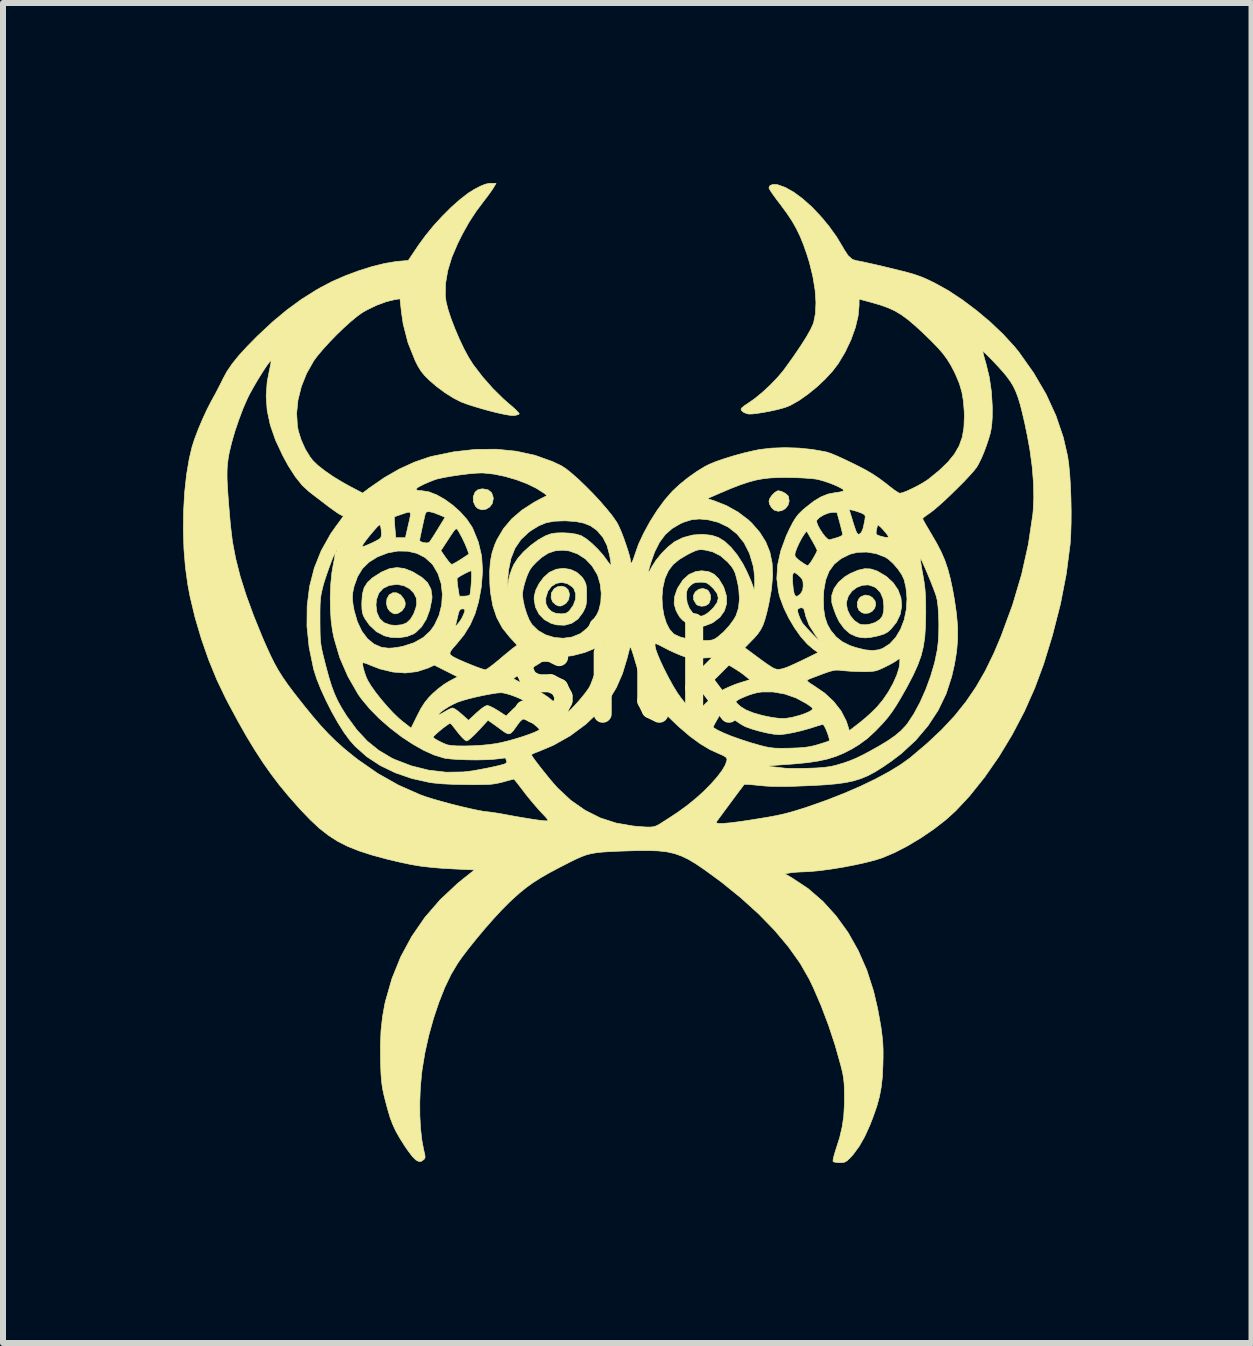
<source format=kicad_pcb>
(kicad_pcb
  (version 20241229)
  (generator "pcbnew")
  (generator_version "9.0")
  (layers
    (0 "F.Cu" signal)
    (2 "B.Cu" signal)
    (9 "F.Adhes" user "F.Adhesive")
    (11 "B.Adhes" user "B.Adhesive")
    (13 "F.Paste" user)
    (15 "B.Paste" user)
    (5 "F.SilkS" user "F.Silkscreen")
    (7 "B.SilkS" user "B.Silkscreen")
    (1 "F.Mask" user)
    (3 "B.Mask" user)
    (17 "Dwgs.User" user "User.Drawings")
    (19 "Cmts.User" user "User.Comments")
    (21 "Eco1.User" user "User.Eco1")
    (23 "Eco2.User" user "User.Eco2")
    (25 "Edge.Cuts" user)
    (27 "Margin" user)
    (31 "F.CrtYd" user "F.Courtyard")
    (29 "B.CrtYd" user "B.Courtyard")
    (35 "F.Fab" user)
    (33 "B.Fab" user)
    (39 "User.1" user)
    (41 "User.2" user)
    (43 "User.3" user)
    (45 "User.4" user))
  (footprint "silk"
    (layer "F.Cu")
    (at 7.392 8.154)
    (property "Reference" "silk" (at 0 0 0) (layer "F.SilkS") (effects (font (size 1.524 1.524) (thickness 0.3))))
    (attr through_hole)
    (fp_poly (pts (xy 1.337 -1.378) (xy 1.365 -1.355) (xy 1.395 -1.293) (xy 1.398 -1.22) (xy 1.373 -1.153) (xy 1.363 -1.141) (xy 1.31 -1.109) (xy 1.243 -1.102) (xy 1.181 -1.12) (xy 1.159 -1.138) (xy 1.116 -1.21) (xy 1.114 -1.283) (xy 1.143 -1.34) (xy 1.201 -1.385) (xy 1.271 -1.398) (xy 1.337 -1.378)) (stroke (width 0.01) (type solid)) (fill yes) (layer "F.SilkS"))
    (fp_poly (pts (xy 4.048 -1.275) (xy 4.093 -1.247) (xy 4.139 -1.191) (xy 4.15 -1.128) (xy 4.132 -1.068) (xy 4.091 -1.019) (xy 4.033 -0.988) (xy 3.962 -0.983) (xy 3.921 -0.995) (xy 3.87 -1.036) (xy 3.844 -1.098) (xy 3.844 -1.168) (xy 3.872 -1.231) (xy 3.902 -1.26) (xy 3.974 -1.289) (xy 4.048 -1.275)) (stroke (width 0.01) (type solid)) (fill yes) (layer "F.SilkS"))
    (fp_poly (pts (xy -2.307 -3.041) (xy -2.25 -2.993) (xy -2.224 -2.917) (xy -2.223 -2.89) (xy -2.239 -2.814) (xy -2.283 -2.755) (xy -2.344 -2.719) (xy -2.412 -2.709) (xy -2.477 -2.729) (xy -2.517 -2.765) (xy -2.553 -2.841) (xy -2.557 -2.924) (xy -2.528 -2.999) (xy -2.521 -3.008) (xy -2.479 -3.043) (xy -2.42 -3.057) (xy -2.392 -3.058) (xy -2.307 -3.041)) (stroke (width 0.01) (type solid)) (fill yes) (layer "F.SilkS"))
    (fp_poly (pts (xy -1.022 -1.42) (xy -0.976 -1.378) (xy -0.954 -1.312) (xy -0.953 -1.295) (xy -0.967 -1.212) (xy -1.01 -1.153) (xy -1.052 -1.125) (xy -1.097 -1.106) (xy -1.135 -1.107) (xy -1.179 -1.126) (xy -1.232 -1.173) (xy -1.259 -1.242) (xy -1.255 -1.317) (xy -1.25 -1.331) (xy -1.207 -1.394) (xy -1.148 -1.429) (xy -1.083 -1.437) (xy -1.022 -1.42)) (stroke (width 0.01) (type solid)) (fill yes) (layer "F.SilkS"))
    (fp_poly (pts (xy 2.582 -3.015) (xy 2.64 -2.985) (xy 2.684 -2.949) (xy 2.696 -2.931) (xy 2.708 -2.854) (xy 2.689 -2.786) (xy 2.646 -2.731) (xy 2.588 -2.696) (xy 2.523 -2.685) (xy 2.459 -2.704) (xy 2.415 -2.744) (xy 2.383 -2.799) (xy 2.371 -2.851) (xy 2.386 -2.9) (xy 2.424 -2.954) (xy 2.472 -3.001) (xy 2.518 -3.026) (xy 2.529 -3.027) (xy 2.582 -3.015)) (stroke (width 0.01) (type solid)) (fill yes) (layer "F.SilkS"))
    (fp_poly (pts (xy -3.83 -1.326) (xy -3.766 -1.291) (xy -3.715 -1.226) (xy -3.711 -1.219) (xy -3.69 -1.162) (xy -3.692 -1.115) (xy -3.702 -1.084) (xy -3.746 -1.024) (xy -3.811 -0.984) (xy -3.861 -0.974) (xy -3.896 -0.986) (xy -3.942 -1.016) (xy -3.945 -1.018) (xy -3.986 -1.075) (xy -4.003 -1.15) (xy -3.994 -1.227) (xy -3.959 -1.29) (xy -3.958 -1.291) (xy -3.897 -1.327) (xy -3.83 -1.326)) (stroke (width 0.01) (type solid)) (fill yes) (layer "F.SilkS"))
    (fp_poly (pts (xy -0.936 -1.716) (xy -0.829 -1.666) (xy -0.742 -1.586) (xy -0.726 -1.564) (xy -0.697 -1.515) (xy -0.679 -1.47) (xy -0.67 -1.414) (xy -0.667 -1.335) (xy -0.667 -1.293) (xy -0.668 -1.199) (xy -0.675 -1.132) (xy -0.691 -1.077) (xy -0.719 -1.019) (xy -0.732 -0.995) (xy -0.812 -0.889) (xy -0.914 -0.819) (xy -1.032 -0.786) (xy -1.164 -0.791) (xy -1.259 -0.817) (xy -1.373 -0.88) (xy -1.461 -0.972) (xy -1.519 -1.086) (xy -1.542 -1.214) (xy -1.541 -1.239) (xy -1.348 -1.239) (xy -1.346 -1.145) (xy -1.309 -1.07) (xy -1.252 -1.014) (xy -1.183 -0.985) (xy -1.088 -0.975) (xy -1.016 -0.983) (xy -0.965 -1.015) (xy -0.959 -1.021) (xy -0.89 -1.117) (xy -0.853 -1.216) (xy -0.849 -1.31) (xy -0.878 -1.391) (xy -0.907 -1.426) (xy -0.991 -1.48) (xy -1.083 -1.499) (xy -1.173 -1.483) (xy -1.252 -1.434) (xy -1.311 -1.354) (xy -1.313 -1.35) (xy -1.348 -1.239) (xy -1.541 -1.239) (xy -1.54 -1.27) (xy -1.514 -1.372) (xy -1.459 -1.48) (xy -1.384 -1.581) (xy -1.297 -1.66) (xy -1.286 -1.668) (xy -1.174 -1.719) (xy -1.054 -1.734) (xy -0.936 -1.716)) (stroke (width 0.01) (type solid)) (fill yes) (layer "F.SilkS"))
    (fp_poly (pts (xy 1.363 -1.68) (xy 1.456 -1.636) (xy 1.535 -1.558) (xy 1.605 -1.443) (xy 1.621 -1.41) (xy 1.663 -1.273) (xy 1.665 -1.143) (xy 1.628 -1.023) (xy 1.553 -0.918) (xy 1.442 -0.833) (xy 1.421 -0.821) (xy 1.291 -0.772) (xy 1.167 -0.761) (xy 1.054 -0.789) (xy 1.003 -0.818) (xy 0.935 -0.868) (xy 0.888 -0.917) (xy 0.849 -0.981) (xy 0.822 -1.035) (xy 0.791 -1.142) (xy 0.797 -1.256) (xy 0.802 -1.271) (xy 0.995 -1.271) (xy 1.008 -1.162) (xy 1.046 -1.065) (xy 1.101 -0.991) (xy 1.138 -0.965) (xy 1.2 -0.938) (xy 1.25 -0.937) (xy 1.31 -0.962) (xy 1.358 -0.995) (xy 1.416 -1.047) (xy 1.446 -1.078) (xy 1.506 -1.161) (xy 1.527 -1.237) (xy 1.508 -1.312) (xy 1.45 -1.392) (xy 1.432 -1.41) (xy 1.377 -1.462) (xy 1.333 -1.49) (xy 1.286 -1.501) (xy 1.229 -1.503) (xy 1.156 -1.499) (xy 1.107 -1.482) (xy 1.062 -1.446) (xy 1.057 -1.441) (xy 1.018 -1.395) (xy 1 -1.346) (xy 0.995 -1.275) (xy 0.995 -1.271) (xy 0.802 -1.271) (xy 0.84 -1.383) (xy 0.855 -1.413) (xy 0.938 -1.541) (xy 1.038 -1.631) (xy 1.152 -1.681) (xy 1.251 -1.693) (xy 1.363 -1.68)) (stroke (width 0.01) (type solid)) (fill yes) (layer "F.SilkS"))
    (fp_poly (pts (xy -3.701 -1.73) (xy -3.567 -1.677) (xy -3.419 -1.587) (xy -3.411 -1.582) (xy -3.318 -1.495) (xy -3.261 -1.387) (xy -3.243 -1.264) (xy -3.246 -1.219) (xy -3.281 -1.043) (xy -3.338 -0.888) (xy -3.416 -0.761) (xy -3.512 -0.667) (xy -3.546 -0.644) (xy -3.66 -0.598) (xy -3.794 -0.578) (xy -3.932 -0.584) (xy -4.039 -0.61) (xy -4.171 -0.68) (xy -4.285 -0.787) (xy -4.357 -0.889) (xy -4.386 -0.943) (xy -4.403 -0.994) (xy -4.411 -1.058) (xy -4.413 -1.124) (xy -4.177 -1.124) (xy -4.161 -0.996) (xy -4.116 -0.897) (xy -4.042 -0.828) (xy -3.939 -0.791) (xy -3.852 -0.783) (xy -3.741 -0.795) (xy -3.666 -0.826) (xy -3.604 -0.884) (xy -3.55 -0.972) (xy -3.512 -1.077) (xy -3.498 -1.145) (xy -3.505 -1.239) (xy -3.548 -1.324) (xy -3.618 -1.395) (xy -3.711 -1.444) (xy -3.817 -1.465) (xy -3.831 -1.465) (xy -3.958 -1.449) (xy -4.058 -1.4) (xy -4.129 -1.322) (xy -4.168 -1.215) (xy -4.177 -1.124) (xy -4.413 -1.124) (xy -4.413 -1.147) (xy -4.413 -1.164) (xy -4.404 -1.303) (xy -4.374 -1.412) (xy -4.318 -1.5) (xy -4.234 -1.577) (xy -4.225 -1.583) (xy -4.081 -1.674) (xy -3.951 -1.729) (xy -3.826 -1.747) (xy -3.701 -1.73)) (stroke (width 0.01) (type solid)) (fill yes) (layer "F.SilkS"))
    (fp_poly (pts (xy 4.066 -1.724) (xy 4.166 -1.692) (xy 4.178 -1.687) (xy 4.325 -1.6) (xy 4.441 -1.494) (xy 4.523 -1.373) (xy 4.571 -1.242) (xy 4.583 -1.105) (xy 4.559 -0.968) (xy 4.496 -0.835) (xy 4.404 -0.721) (xy 4.348 -0.672) (xy 4.288 -0.639) (xy 4.208 -0.614) (xy 4.173 -0.605) (xy 4.063 -0.583) (xy 3.977 -0.575) (xy 3.9 -0.581) (xy 3.827 -0.597) (xy 3.722 -0.645) (xy 3.625 -0.73) (xy 3.542 -0.844) (xy 3.496 -0.937) (xy 3.463 -1.022) (xy 3.436 -1.103) (xy 3.425 -1.141) (xy 3.662 -1.141) (xy 3.679 -1.042) (xy 3.725 -0.947) (xy 3.792 -0.865) (xy 3.872 -0.81) (xy 3.905 -0.798) (xy 3.974 -0.793) (xy 4.058 -0.805) (xy 4.136 -0.83) (xy 4.148 -0.836) (xy 4.219 -0.882) (xy 4.262 -0.938) (xy 4.282 -1.015) (xy 4.286 -1.098) (xy 4.272 -1.229) (xy 4.229 -1.331) (xy 4.157 -1.406) (xy 4.12 -1.428) (xy 4.025 -1.458) (xy 3.927 -1.451) (xy 3.833 -1.415) (xy 3.753 -1.353) (xy 3.694 -1.271) (xy 3.664 -1.174) (xy 3.662 -1.141) (xy 3.425 -1.141) (xy 3.419 -1.162) (xy 3.418 -1.166) (xy 3.417 -1.283) (xy 3.456 -1.397) (xy 3.53 -1.502) (xy 3.637 -1.595) (xy 3.733 -1.651) (xy 3.86 -1.704) (xy 3.967 -1.728) (xy 4.066 -1.724)) (stroke (width 0.01) (type solid)) (fill yes) (layer "F.SilkS"))
    (fp_poly (pts (xy -2.22 -8.074) (xy -2.255 -8.022) (xy -2.306 -7.951) (xy -2.365 -7.873) (xy -2.379 -7.855) (xy -2.508 -7.683) (xy -2.624 -7.506) (xy -2.734 -7.31) (xy -2.815 -7.148) (xy -2.914 -6.916) (xy -2.982 -6.691) (xy -3.018 -6.478) (xy -3.022 -6.281) (xy -3.009 -6.177) (xy -2.977 -6.049) (xy -2.927 -5.897) (xy -2.863 -5.73) (xy -2.79 -5.559) (xy -2.713 -5.396) (xy -2.635 -5.251) (xy -2.561 -5.134) (xy -2.558 -5.129) (xy -2.401 -4.924) (xy -2.228 -4.728) (xy -2.052 -4.555) (xy -1.979 -4.491) (xy -1.904 -4.427) (xy -1.843 -4.371) (xy -1.803 -4.329) (xy -1.789 -4.309) (xy -1.808 -4.295) (xy -1.856 -4.283) (xy -1.891 -4.28) (xy -1.947 -4.284) (xy -2.035 -4.299) (xy -2.146 -4.323) (xy -2.271 -4.354) (xy -2.402 -4.39) (xy -2.53 -4.428) (xy -2.647 -4.465) (xy -2.743 -4.501) (xy -2.766 -4.51) (xy -2.89 -4.574) (xy -3.028 -4.661) (xy -3.167 -4.764) (xy -3.289 -4.869) (xy -3.368 -4.948) (xy -3.429 -5.024) (xy -3.482 -5.111) (xy -3.524 -5.195) (xy -3.644 -5.495) (xy -3.724 -5.807) (xy -3.752 -5.997) (xy -3.777 -6.225) (xy -3.862 -6.212) (xy -4.006 -6.177) (xy -4.165 -6.118) (xy -4.323 -6.042) (xy -4.398 -6) (xy -4.487 -5.937) (xy -4.595 -5.848) (xy -4.715 -5.74) (xy -4.838 -5.621) (xy -4.958 -5.497) (xy -5.067 -5.377) (xy -5.159 -5.267) (xy -5.214 -5.192) (xy -5.333 -4.982) (xy -5.421 -4.762) (xy -5.477 -4.537) (xy -5.499 -4.316) (xy -5.486 -4.104) (xy -5.471 -4.023) (xy -5.423 -3.871) (xy -5.355 -3.72) (xy -5.274 -3.588) (xy -5.226 -3.527) (xy -5.144 -3.448) (xy -5.029 -3.358) (xy -4.89 -3.262) (xy -4.733 -3.167) (xy -4.607 -3.097) (xy -4.399 -2.988) (xy -4.304 -3.06) (xy -3.506 -3.06) (xy -3.504 -3.04) (xy -3.461 -3.029) (xy -3.414 -3.027) (xy -3.297 -3.009) (xy -3.167 -2.959) (xy -3.032 -2.883) (xy -2.898 -2.786) (xy -2.773 -2.674) (xy -2.664 -2.552) (xy -2.579 -2.426) (xy -2.564 -2.398) (xy -2.472 -2.173) (xy -2.417 -1.94) (xy -2.401 -1.694) (xy -2.421 -1.431) (xy -2.423 -1.418) (xy -2.467 -1.18) (xy -2.527 -0.975) (xy -2.607 -0.793) (xy -2.71 -0.626) (xy -2.83 -0.478) (xy -2.896 -0.403) (xy -2.935 -0.351) (xy -2.946 -0.315) (xy -2.931 -0.287) (xy -2.891 -0.26) (xy -2.853 -0.24) (xy -2.784 -0.207) (xy -2.698 -0.17) (xy -2.604 -0.131) (xy -2.513 -0.095) (xy -2.433 -0.066) (xy -2.376 -0.048) (xy -2.354 -0.043) (xy -2.328 -0.056) (xy -2.277 -0.091) (xy -2.209 -0.143) (xy -2.131 -0.207) (xy -2.05 -0.276) (xy -1.974 -0.338) (xy -1.915 -0.387) (xy -1.881 -0.413) (xy -1.825 -0.455) (xy -1.948 -0.587) (xy -2.072 -0.742) (xy -2.165 -0.915) (xy -2.23 -1.109) (xy -2.264 -1.303) (xy -1.736 -1.303) (xy -1.726 -1.207) (xy -1.702 -1.093) (xy -1.666 -0.978) (xy -1.624 -0.876) (xy -1.58 -0.8) (xy -1.579 -0.799) (xy -1.476 -0.698) (xy -1.349 -0.625) (xy -1.206 -0.582) (xy -1.058 -0.569) (xy -0.911 -0.589) (xy -0.777 -0.643) (xy -0.762 -0.652) (xy -0.662 -0.733) (xy -0.569 -0.843) (xy -0.493 -0.97) (xy -0.463 -1.037) (xy -0.431 -1.17) (xy -0.427 -1.254) (xy 0.589 -1.254) (xy 0.596 -1.1) (xy 0.62 -0.955) (xy 0.66 -0.825) (xy 0.714 -0.719) (xy 0.782 -0.643) (xy 0.801 -0.631) (xy 0.895 -0.589) (xy 1.021 -0.557) (xy 1.168 -0.537) (xy 1.283 -0.531) (xy 1.367 -0.532) (xy 1.424 -0.54) (xy 1.471 -0.559) (xy 1.516 -0.589) (xy 1.613 -0.672) (xy 1.708 -0.775) (xy 1.786 -0.882) (xy 1.822 -0.945) (xy 1.864 -1.073) (xy 1.879 -1.225) (xy 1.868 -1.392) (xy 1.856 -1.461) (xy 1.831 -1.573) (xy 1.808 -1.654) (xy 1.779 -1.717) (xy 1.741 -1.773) (xy 1.687 -1.834) (xy 1.682 -1.84) (xy 1.562 -1.944) (xy 1.431 -2.01) (xy 1.299 -2.04) (xy 1.243 -2.045) (xy 1.196 -2.042) (xy 1.145 -2.026) (xy 1.077 -1.996) (xy 1.018 -1.966) (xy 0.878 -1.883) (xy 0.773 -1.796) (xy 0.697 -1.696) (xy 0.643 -1.577) (xy 0.635 -1.553) (xy 0.602 -1.407) (xy 0.589 -1.254) (xy -0.427 -1.254) (xy -0.424 -1.32) (xy -0.441 -1.473) (xy -0.482 -1.612) (xy -0.492 -1.634) (xy -0.522 -1.685) (xy 0.364 -1.685) (xy 0.365 -1.668) (xy 0.382 -1.689) (xy 0.413 -1.747) (xy 0.418 -1.757) (xy 0.488 -1.867) (xy 0.582 -1.983) (xy 0.688 -2.089) (xy 0.792 -2.172) (xy 0.8 -2.178) (xy 0.942 -2.247) (xy 1.1 -2.289) (xy 1.263 -2.301) (xy 1.418 -2.284) (xy 1.53 -2.247) (xy 1.633 -2.183) (xy 1.739 -2.084) (xy 1.842 -1.958) (xy 1.936 -1.811) (xy 1.991 -1.704) (xy 2.035 -1.609) (xy 2.073 -1.52) (xy 2.1 -1.45) (xy 2.112 -1.413) (xy 2.12 -1.383) (xy 2.126 -1.386) (xy 2.13 -1.424) (xy 2.133 -1.484) (xy 2.132 -1.582) (xy 2.121 -1.693) (xy 2.108 -1.776) (xy 2.047 -1.982) (xy 1.957 -2.159) (xy 1.84 -2.305) (xy 1.696 -2.419) (xy 1.527 -2.5) (xy 1.36 -2.542) (xy 1.213 -2.556) (xy 1.084 -2.544) (xy 0.954 -2.504) (xy 0.895 -2.478) (xy 0.757 -2.397) (xy 0.642 -2.295) (xy 0.547 -2.167) (xy 0.466 -2.006) (xy 0.405 -1.834) (xy 0.377 -1.74) (xy 0.364 -1.685) (xy -0.522 -1.685) (xy -0.577 -1.775) (xy -0.687 -1.89) (xy -0.817 -1.974) (xy -0.959 -2.024) (xy -1.069 -2.036) (xy -1.194 -2.025) (xy -1.306 -1.987) (xy -1.414 -1.918) (xy -1.503 -1.839) (xy -1.568 -1.771) (xy -1.614 -1.707) (xy -1.65 -1.632) (xy -1.678 -1.556) (xy -1.706 -1.465) (xy -1.726 -1.379) (xy -1.736 -1.313) (xy -1.736 -1.303) (xy -2.264 -1.303) (xy -2.269 -1.331) (xy -2.275 -1.408) (xy -1.988 -1.408) (xy -1.968 -1.535) (xy -1.947 -1.625) (xy -1.912 -1.725) (xy -1.883 -1.792) (xy -1.815 -1.899) (xy -1.718 -2.009) (xy -1.601 -2.114) (xy -1.476 -2.206) (xy -1.352 -2.276) (xy -1.262 -2.309) (xy -1.174 -2.323) (xy -1.064 -2.326) (xy -0.949 -2.32) (xy -0.844 -2.304) (xy -0.763 -2.28) (xy -0.754 -2.276) (xy -0.673 -2.226) (xy -0.58 -2.15) (xy -0.485 -2.058) (xy -0.398 -1.961) (xy -0.349 -1.895) (xy -0.307 -1.837) (xy -0.276 -1.798) (xy -0.261 -1.785) (xy -0.261 -1.785) (xy -0.261 -1.808) (xy -0.268 -1.862) (xy -0.281 -1.936) (xy -0.285 -1.957) (xy -0.328 -2.117) (xy -0.393 -2.246) (xy -0.484 -2.354) (xy -0.513 -2.38) (xy -0.605 -2.444) (xy -0.715 -2.487) (xy -0.849 -2.514) (xy -1.015 -2.525) (xy -1.045 -2.525) (xy -1.205 -2.519) (xy -1.339 -2.494) (xy -1.462 -2.444) (xy -1.588 -2.367) (xy -1.637 -2.331) (xy -1.763 -2.212) (xy -1.86 -2.069) (xy -1.928 -1.898) (xy -1.969 -1.697) (xy -1.98 -1.566) (xy -1.988 -1.408) (xy -2.275 -1.408) (xy -2.28 -1.482) (xy -2.283 -1.68) (xy -2.271 -1.848) (xy -2.242 -1.996) (xy -2.195 -2.134) (xy -2.16 -2.213) (xy -2.052 -2.396) (xy -1.915 -2.558) (xy -1.746 -2.703) (xy -1.541 -2.835) (xy -1.441 -2.889) (xy -1.326 -2.947) (xy -1.377 -2.986) (xy -1.505 -3.068) (xy -1.663 -3.145) (xy -1.842 -3.212) (xy -2.029 -3.266) (xy -2.213 -3.304) (xy -2.383 -3.322) (xy -2.424 -3.323) (xy -2.517 -3.319) (xy -2.638 -3.308) (xy -2.774 -3.291) (xy -2.911 -3.271) (xy -3.037 -3.249) (xy -3.139 -3.227) (xy -3.171 -3.219) (xy -3.225 -3.2) (xy -3.301 -3.169) (xy -3.384 -3.133) (xy -3.389 -3.13) (xy -3.468 -3.09) (xy -3.506 -3.06) (xy -4.304 -3.06) (xy -4.279 -3.078) (xy -4.039 -3.244) (xy -3.789 -3.388) (xy -3.537 -3.503) (xy -3.294 -3.587) (xy -3.246 -3.6) (xy -2.877 -3.676) (xy -2.519 -3.716) (xy -2.173 -3.719) (xy -1.843 -3.686) (xy -1.529 -3.618) (xy -1.236 -3.513) (xy -1.09 -3.444) (xy -1.012 -3.394) (xy -0.915 -3.316) (xy -0.803 -3.217) (xy -0.684 -3.103) (xy -0.562 -2.98) (xy -0.444 -2.853) (xy -0.337 -2.729) (xy -0.244 -2.615) (xy -0.174 -2.515) (xy -0.153 -2.481) (xy -0.122 -2.417) (xy -0.084 -2.329) (xy -0.045 -2.226) (xy -0.008 -2.119) (xy 0.025 -2.018) (xy 0.05 -1.933) (xy 0.063 -1.872) (xy 0.064 -1.859) (xy 0.069 -1.823) (xy 0.082 -1.825) (xy 0.102 -1.862) (xy 0.127 -1.931) (xy 0.136 -1.959) (xy 0.196 -2.131) (xy 0.283 -2.318) (xy 0.389 -2.512) (xy 0.508 -2.7) (xy 0.634 -2.872) (xy 0.655 -2.896) (xy 1.344 -2.896) (xy 1.46 -2.859) (xy 1.661 -2.78) (xy 1.853 -2.673) (xy 2.023 -2.545) (xy 2.085 -2.487) (xy 2.217 -2.335) (xy 2.317 -2.176) (xy 2.386 -2.006) (xy 2.424 -1.821) (xy 2.433 -1.615) (xy 2.413 -1.385) (xy 2.368 -1.138) (xy 2.334 -0.99) (xy 2.302 -0.874) (xy 2.27 -0.784) (xy 2.232 -0.709) (xy 2.186 -0.642) (xy 2.127 -0.574) (xy 2.093 -0.539) (xy 1.968 -0.411) (xy 2.187 -0.249) (xy 2.274 -0.185) (xy 2.354 -0.129) (xy 2.417 -0.088) (xy 2.455 -0.065) (xy 2.457 -0.065) (xy 2.5 -0.052) (xy 2.549 -0.051) (xy 2.61 -0.064) (xy 2.69 -0.093) (xy 2.794 -0.139) (xy 2.913 -0.195) (xy 3.191 -0.331) (xy 3.119 -0.38) (xy 3.011 -0.472) (xy 2.901 -0.596) (xy 2.796 -0.745) (xy 2.699 -0.909) (xy 2.635 -1.042) (xy 2.848 -1.042) (xy 2.851 -1.006) (xy 2.867 -0.956) (xy 2.894 -0.888) (xy 2.924 -0.831) (xy 2.931 -0.819) (xy 2.957 -0.788) (xy 3 -0.739) (xy 3.054 -0.682) (xy 3.11 -0.624) (xy 3.16 -0.574) (xy 3.197 -0.54) (xy 3.211 -0.529) (xy 3.202 -0.544) (xy 3.174 -0.584) (xy 3.14 -0.63) (xy 3.04 -0.787) (xy 2.981 -0.944) (xy 2.972 -0.99) (xy 2.953 -1.055) (xy 2.92 -1.08) (xy 2.872 -1.068) (xy 2.862 -1.062) (xy 2.848 -1.042) (xy 2.635 -1.042) (xy 2.617 -1.08) (xy 2.563 -1.226) (xy 3.278 -1.226) (xy 3.283 -1.057) (xy 3.305 -0.918) (xy 3.344 -0.801) (xy 3.403 -0.697) (xy 3.404 -0.696) (xy 3.492 -0.59) (xy 3.594 -0.51) (xy 3.72 -0.447) (xy 3.822 -0.413) (xy 3.972 -0.376) (xy 4.096 -0.364) (xy 4.201 -0.377) (xy 4.267 -0.4) (xy 4.385 -0.476) (xy 4.485 -0.585) (xy 4.565 -0.721) (xy 4.625 -0.878) (xy 4.66 -1.049) (xy 4.671 -1.23) (xy 4.654 -1.412) (xy 4.624 -1.543) (xy 4.585 -1.627) (xy 4.522 -1.72) (xy 4.444 -1.811) (xy 4.364 -1.884) (xy 4.31 -1.92) (xy 4.159 -1.978) (xy 4.001 -2.005) (xy 3.845 -2) (xy 3.723 -1.97) (xy 3.575 -1.897) (xy 3.459 -1.804) (xy 3.373 -1.685) (xy 3.316 -1.54) (xy 3.285 -1.364) (xy 3.278 -1.226) (xy 2.563 -1.226) (xy 2.554 -1.249) (xy 2.529 -1.345) (xy 2.504 -1.548) (xy 2.763 -1.548) (xy 2.766 -1.495) (xy 2.777 -1.382) (xy 2.792 -1.309) (xy 2.813 -1.272) (xy 2.842 -1.268) (xy 2.882 -1.295) (xy 2.9 -1.312) (xy 2.933 -1.37) (xy 2.942 -1.445) (xy 2.939 -1.506) (xy 2.927 -1.548) (xy 2.897 -1.587) (xy 2.851 -1.629) (xy 2.807 -1.66) (xy 2.779 -1.658) (xy 2.765 -1.621) (xy 2.763 -1.548) (xy 2.504 -1.548) (xy 2.502 -1.559) (xy 2.515 -1.786) (xy 2.551 -1.949) (xy 2.803 -1.949) (xy 2.818 -1.918) (xy 2.856 -1.882) (xy 2.894 -1.853) (xy 2.952 -1.813) (xy 2.997 -1.786) (xy 3.016 -1.779) (xy 3.037 -1.796) (xy 3.071 -1.84) (xy 3.106 -1.897) (xy 3.142 -1.96) (xy 3.167 -2.009) (xy 3.175 -2.032) (xy 3.165 -2.057) (xy 3.139 -2.109) (xy 3.101 -2.178) (xy 3.087 -2.202) (xy 2.999 -2.355) (xy 2.96 -2.304) (xy 2.92 -2.242) (xy 2.876 -2.159) (xy 2.836 -2.072) (xy 2.81 -1.999) (xy 2.806 -1.985) (xy 2.803 -1.949) (xy 2.551 -1.949) (xy 2.568 -2.025) (xy 2.659 -2.273) (xy 2.717 -2.398) (xy 2.77 -2.499) (xy 2.771 -2.501) (xy 3.167 -2.501) (xy 3.188 -2.446) (xy 3.224 -2.38) (xy 3.268 -2.313) (xy 3.313 -2.256) (xy 3.355 -2.218) (xy 3.382 -2.209) (xy 3.425 -2.222) (xy 3.487 -2.24) (xy 3.508 -2.246) (xy 3.563 -2.266) (xy 3.595 -2.287) (xy 3.599 -2.295) (xy 3.594 -2.325) (xy 3.58 -2.384) (xy 3.56 -2.462) (xy 3.552 -2.492) (xy 3.504 -2.667) (xy 3.429 -2.667) (xy 3.359 -2.654) (xy 3.28 -2.622) (xy 3.211 -2.58) (xy 3.168 -2.536) (xy 3.167 -2.501) (xy 2.771 -2.501) (xy 2.815 -2.573) (xy 2.861 -2.633) (xy 2.919 -2.691) (xy 2.945 -2.714) (xy 3.708 -2.714) (xy 3.772 -2.503) (xy 3.803 -2.407) (xy 3.825 -2.346) (xy 3.844 -2.313) (xy 3.862 -2.301) (xy 3.876 -2.302) (xy 3.897 -2.32) (xy 4.156 -2.32) (xy 4.168 -2.294) (xy 4.208 -2.277) (xy 4.228 -2.271) (xy 4.301 -2.252) (xy 4.343 -2.247) (xy 4.359 -2.255) (xy 4.36 -2.262) (xy 4.348 -2.287) (xy 4.316 -2.328) (xy 4.275 -2.376) (xy 4.233 -2.42) (xy 4.2 -2.449) (xy 4.185 -2.455) (xy 4.175 -2.429) (xy 4.164 -2.379) (xy 4.162 -2.369) (xy 4.156 -2.32) (xy 3.897 -2.32) (xy 3.91 -2.33) (xy 3.935 -2.388) (xy 3.936 -2.389) (xy 3.954 -2.466) (xy 3.97 -2.545) (xy 3.97 -2.545) (xy 3.976 -2.598) (xy 3.964 -2.627) (xy 3.925 -2.649) (xy 3.906 -2.657) (xy 3.838 -2.682) (xy 3.774 -2.7) (xy 3.768 -2.702) (xy 3.708 -2.714) (xy 2.945 -2.714) (xy 2.985 -2.748) (xy 3.117 -2.852) (xy 3.237 -2.924) (xy 3.353 -2.971) (xy 3.475 -2.995) (xy 3.485 -2.996) (xy 3.554 -3.006) (xy 3.603 -3.019) (xy 3.619 -3.03) (xy 3.601 -3.053) (xy 3.55 -3.083) (xy 3.477 -3.117) (xy 3.39 -3.152) (xy 3.298 -3.184) (xy 3.21 -3.209) (xy 3.154 -3.221) (xy 3.074 -3.23) (xy 2.965 -3.238) (xy 2.839 -3.244) (xy 2.708 -3.247) (xy 2.667 -3.248) (xy 2.52 -3.246) (xy 2.389 -3.24) (xy 2.269 -3.226) (xy 2.151 -3.204) (xy 2.027 -3.17) (xy 1.892 -3.125) (xy 1.737 -3.065) (xy 1.556 -2.988) (xy 1.45 -2.942) (xy 1.344 -2.896) (xy 0.655 -2.896) (xy 0.76 -3.017) (xy 0.765 -3.022) (xy 0.887 -3.135) (xy 1.027 -3.248) (xy 1.172 -3.35) (xy 1.31 -3.434) (xy 1.37 -3.464) (xy 1.485 -3.512) (xy 1.63 -3.562) (xy 1.793 -3.612) (xy 1.961 -3.658) (xy 2.122 -3.695) (xy 2.215 -3.714) (xy 2.414 -3.737) (xy 2.636 -3.745) (xy 2.868 -3.738) (xy 3.093 -3.715) (xy 3.298 -3.679) (xy 3.334 -3.671) (xy 3.404 -3.648) (xy 3.503 -3.607) (xy 3.632 -3.548) (xy 3.795 -3.469) (xy 3.838 -3.448) (xy 3.977 -3.376) (xy 4.094 -3.308) (xy 4.203 -3.235) (xy 4.32 -3.148) (xy 4.384 -3.097) (xy 4.451 -3.045) (xy 4.509 -3.006) (xy 4.547 -2.986) (xy 4.553 -2.985) (xy 4.6 -2.995) (xy 4.672 -3.023) (xy 4.76 -3.064) (xy 4.853 -3.111) (xy 4.941 -3.161) (xy 5.014 -3.208) (xy 5.032 -3.221) (xy 5.211 -3.367) (xy 5.353 -3.504) (xy 5.462 -3.638) (xy 5.541 -3.775) (xy 5.593 -3.921) (xy 5.62 -4.082) (xy 5.627 -4.264) (xy 5.625 -4.347) (xy 5.611 -4.522) (xy 5.586 -4.671) (xy 5.545 -4.811) (xy 5.484 -4.957) (xy 5.458 -5.012) (xy 5.401 -5.12) (xy 5.341 -5.217) (xy 5.272 -5.311) (xy 5.187 -5.409) (xy 5.081 -5.518) (xy 4.953 -5.643) (xy 4.812 -5.773) (xy 4.691 -5.876) (xy 4.581 -5.957) (xy 4.473 -6.022) (xy 4.36 -6.074) (xy 4.232 -6.12) (xy 4.081 -6.164) (xy 4.06 -6.17) (xy 3.873 -6.22) (xy 3.873 -6.115) (xy 3.857 -5.94) (xy 3.811 -5.746) (xy 3.738 -5.543) (xy 3.641 -5.338) (xy 3.525 -5.144) (xy 3.428 -5.017) (xy 3.305 -4.884) (xy 3.166 -4.754) (xy 3.019 -4.635) (xy 2.873 -4.532) (xy 2.736 -4.454) (xy 2.677 -4.428) (xy 2.603 -4.404) (xy 2.506 -4.378) (xy 2.396 -4.354) (xy 2.284 -4.333) (xy 2.179 -4.316) (xy 2.092 -4.306) (xy 2.033 -4.305) (xy 2.024 -4.306) (xy 1.955 -4.329) (xy 1.913 -4.364) (xy 1.906 -4.389) (xy 1.923 -4.412) (xy 1.967 -4.447) (xy 2.017 -4.48) (xy 2.131 -4.559) (xy 2.259 -4.664) (xy 2.388 -4.783) (xy 2.509 -4.908) (xy 2.611 -5.028) (xy 2.632 -5.057) (xy 2.778 -5.26) (xy 2.899 -5.438) (xy 2.995 -5.589) (xy 3.065 -5.713) (xy 3.108 -5.807) (xy 3.115 -5.825) (xy 3.146 -5.98) (xy 3.154 -6.164) (xy 3.14 -6.371) (xy 3.103 -6.595) (xy 3.046 -6.829) (xy 3.003 -6.967) (xy 2.947 -7.127) (xy 2.891 -7.265) (xy 2.83 -7.391) (xy 2.76 -7.515) (xy 2.674 -7.645) (xy 2.567 -7.791) (xy 2.498 -7.881) (xy 2.444 -7.955) (xy 2.401 -8.018) (xy 2.375 -8.062) (xy 2.371 -8.076) (xy 2.389 -8.113) (xy 2.438 -8.131) (xy 2.509 -8.128) (xy 2.517 -8.126) (xy 2.645 -8.08) (xy 2.785 -8.001) (xy 2.932 -7.892) (xy 3.082 -7.759) (xy 3.229 -7.605) (xy 3.369 -7.437) (xy 3.497 -7.259) (xy 3.608 -7.075) (xy 3.62 -7.052) (xy 3.689 -6.946) (xy 3.762 -6.881) (xy 3.839 -6.858) (xy 3.845 -6.858) (xy 3.875 -6.853) (xy 3.94 -6.84) (xy 4.034 -6.819) (xy 4.151 -6.793) (xy 4.283 -6.762) (xy 4.37 -6.741) (xy 4.53 -6.702) (xy 4.658 -6.67) (xy 4.761 -6.641) (xy 4.847 -6.613) (xy 4.926 -6.584) (xy 5.004 -6.55) (xy 5.09 -6.509) (xy 5.133 -6.488) (xy 5.36 -6.362) (xy 5.596 -6.206) (xy 5.834 -6.027) (xy 6.063 -5.834) (xy 6.275 -5.632) (xy 6.46 -5.43) (xy 6.536 -5.337) (xy 6.782 -4.989) (xy 6.988 -4.637) (xy 7.152 -4.28) (xy 7.275 -3.919) (xy 7.348 -3.602) (xy 7.367 -3.466) (xy 7.383 -3.298) (xy 7.395 -3.107) (xy 7.403 -2.901) (xy 7.407 -2.692) (xy 7.406 -2.489) (xy 7.4 -2.3) (xy 7.39 -2.136) (xy 7.388 -2.123) (xy 7.326 -1.643) (xy 7.229 -1.142) (xy 7.095 -0.618) (xy 6.948 -0.138) (xy 6.801 0.259) (xy 6.626 0.653) (xy 6.425 1.036) (xy 6.203 1.403) (xy 5.964 1.747) (xy 5.712 2.062) (xy 5.483 2.307) (xy 5.316 2.458) (xy 5.12 2.61) (xy 4.906 2.756) (xy 4.685 2.889) (xy 4.467 3.002) (xy 4.264 3.088) (xy 4.262 3.089) (xy 4.132 3.13) (xy 3.971 3.171) (xy 3.788 3.211) (xy 3.594 3.248) (xy 3.399 3.279) (xy 3.214 3.304) (xy 3.049 3.319) (xy 2.936 3.324) (xy 2.848 3.328) (xy 2.764 3.335) (xy 2.72 3.341) (xy 2.635 3.356) (xy 2.757 3.426) (xy 3.024 3.603) (xy 3.269 3.815) (xy 3.491 4.06) (xy 3.689 4.334) (xy 3.859 4.636) (xy 4.002 4.962) (xy 4.114 5.311) (xy 4.179 5.588) (xy 4.213 5.77) (xy 4.239 5.921) (xy 4.256 6.051) (xy 4.268 6.17) (xy 4.273 6.288) (xy 4.273 6.416) (xy 4.27 6.546) (xy 4.261 6.741) (xy 4.242 6.911) (xy 4.212 7.071) (xy 4.168 7.232) (xy 4.106 7.408) (xy 4.055 7.54) (xy 3.966 7.737) (xy 3.873 7.9) (xy 3.77 8.039) (xy 3.723 8.09) (xy 3.672 8.139) (xy 3.627 8.163) (xy 3.569 8.17) (xy 3.55 8.17) (xy 3.489 8.166) (xy 3.447 8.155) (xy 3.439 8.149) (xy 3.44 8.12) (xy 3.453 8.062) (xy 3.475 7.985) (xy 3.489 7.942) (xy 3.55 7.75) (xy 3.591 7.573) (xy 3.617 7.397) (xy 3.628 7.204) (xy 3.629 7.091) (xy 3.628 6.959) (xy 3.624 6.855) (xy 3.615 6.768) (xy 3.601 6.682) (xy 3.578 6.586) (xy 3.569 6.551) (xy 3.475 6.216) (xy 3.364 5.88) (xy 3.241 5.555) (xy 3.111 5.254) (xy 3.043 5.112) (xy 2.89 4.845) (xy 2.697 4.574) (xy 2.468 4.301) (xy 2.203 4.028) (xy 1.905 3.758) (xy 1.577 3.492) (xy 1.302 3.291) (xy 1.161 3.195) (xy 1.036 3.119) (xy 0.918 3.062) (xy 0.8 3.02) (xy 0.674 2.991) (xy 0.533 2.975) (xy 0.369 2.969) (xy 0.174 2.97) (xy 0.074 2.973) (xy -0.118 2.979) (xy -0.273 2.986) (xy -0.4 2.994) (xy -0.504 3.005) (xy -0.591 3.02) (xy -0.669 3.04) (xy -0.744 3.067) (xy -0.822 3.101) (xy -0.911 3.143) (xy -0.934 3.155) (xy -1.133 3.257) (xy -1.3 3.346) (xy -1.442 3.428) (xy -1.565 3.507) (xy -1.676 3.587) (xy -1.783 3.674) (xy -1.892 3.771) (xy -1.966 3.841) (xy -2.084 3.96) (xy -2.217 4.104) (xy -2.357 4.263) (xy -2.495 4.428) (xy -2.625 4.589) (xy -2.739 4.738) (xy -2.814 4.845) (xy -2.925 5.031) (xy -3.031 5.251) (xy -3.129 5.499) (xy -3.219 5.768) (xy -3.297 6.048) (xy -3.361 6.335) (xy -3.408 6.619) (xy -3.418 6.701) (xy -3.438 6.926) (xy -3.447 7.158) (xy -3.446 7.387) (xy -3.434 7.603) (xy -3.412 7.798) (xy -3.381 7.962) (xy -3.378 7.973) (xy -3.362 8.041) (xy -3.359 8.081) (xy -3.37 8.107) (xy -3.38 8.118) (xy -3.421 8.147) (xy -3.464 8.15) (xy -3.513 8.124) (xy -3.571 8.066) (xy -3.641 7.974) (xy -3.692 7.9) (xy -3.776 7.768) (xy -3.842 7.653) (xy -3.895 7.54) (xy -3.941 7.42) (xy -3.983 7.278) (xy -4.015 7.159) (xy -4.043 7.048) (xy -4.063 6.956) (xy -4.077 6.871) (xy -4.087 6.782) (xy -4.094 6.678) (xy -4.099 6.548) (xy -4.101 6.486) (xy -4.103 6.21) (xy -4.093 5.965) (xy -4.068 5.74) (xy -4.03 5.526) (xy -4.02 5.482) (xy -3.911 5.102) (xy -3.765 4.741) (xy -3.582 4.402) (xy -3.363 4.084) (xy -3.109 3.79) (xy -2.821 3.52) (xy -2.723 3.44) (xy -2.535 3.291) (xy -2.85 3.277) (xy -3.068 3.265) (xy -3.257 3.249) (xy -3.429 3.229) (xy -3.597 3.201) (xy -3.773 3.164) (xy -3.972 3.117) (xy -3.992 3.112) (xy -4.243 3.044) (xy -4.458 2.975) (xy -4.647 2.9) (xy -4.815 2.815) (xy -4.97 2.715) (xy -5.121 2.597) (xy -5.273 2.455) (xy -5.435 2.286) (xy -5.477 2.239) (xy -5.64 2.054) (xy -5.79 1.872) (xy -5.93 1.687) (xy -6.065 1.495) (xy -6.199 1.288) (xy -6.336 1.062) (xy -6.479 0.809) (xy -6.632 0.525) (xy -6.68 0.433) (xy -6.826 0.129) (xy -6.963 -0.205) (xy -7.086 -0.558) (xy -7.192 -0.916) (xy -7.276 -1.268) (xy -7.312 -1.46) (xy -7.352 -1.747) (xy -7.377 -2.052) (xy -7.387 -2.368) (xy -7.383 -2.684) (xy -7.366 -2.994) (xy -7.334 -3.288) (xy -7.333 -3.297) (xy -6.659 -3.297) (xy -6.658 -3.207) (xy -6.652 -3.099) (xy -6.644 -2.968) (xy -6.632 -2.808) (xy -6.616 -2.615) (xy -6.602 -2.455) (xy -6.569 -2.18) (xy -6.515 -1.896) (xy -6.439 -1.597) (xy -6.339 -1.281) (xy -6.215 -0.942) (xy -6.066 -0.576) (xy -6.002 -0.43) (xy -5.936 -0.285) (xy -5.872 -0.156) (xy -5.805 -0.036) (xy -5.731 0.082) (xy -5.644 0.207) (xy -5.539 0.347) (xy -5.412 0.508) (xy -5.387 0.54) (xy -5.235 0.727) (xy -5.099 0.886) (xy -4.971 1.023) (xy -4.845 1.147) (xy -4.713 1.265) (xy -4.568 1.384) (xy -4.477 1.455) (xy -4.146 1.685) (xy -3.804 1.878) (xy -3.442 2.038) (xy -3.429 2.043) (xy -3.333 2.077) (xy -3.21 2.115) (xy -3.068 2.155) (xy -2.917 2.196) (xy -2.764 2.234) (xy -2.62 2.268) (xy -2.493 2.295) (xy -2.392 2.314) (xy -2.346 2.32) (xy -2.264 2.329) (xy -2.158 2.345) (xy -2.047 2.364) (xy -2 2.373) (xy -1.86 2.399) (xy -1.719 2.423) (xy -1.589 2.444) (xy -1.476 2.461) (xy -1.389 2.471) (xy -1.347 2.474) (xy -1.321 2.474) (xy -1.311 2.466) (xy -1.32 2.446) (xy -1.352 2.408) (xy -1.409 2.347) (xy -1.432 2.323) (xy -1.509 2.237) (xy -1.597 2.133) (xy -1.683 2.027) (xy -1.723 1.974) (xy -1.782 1.897) (xy -1.831 1.834) (xy -1.865 1.792) (xy -1.879 1.778) (xy -1.902 1.783) (xy -1.955 1.797) (xy -2.03 1.817) (xy -2.06 1.826) (xy -2.125 1.842) (xy -2.185 1.854) (xy -2.249 1.863) (xy -2.326 1.868) (xy -2.423 1.87) (xy -2.548 1.871) (xy -2.656 1.87) (xy -2.882 1.866) (xy -3.073 1.857) (xy -3.228 1.842) (xy -3.284 1.834) (xy -3.58 1.768) (xy -3.855 1.673) (xy -4.107 1.551) (xy -4.331 1.404) (xy -4.523 1.233) (xy -4.613 1.132) (xy -4.71 1) (xy -4.812 0.838) (xy -4.914 0.657) (xy -5.01 0.467) (xy -5.096 0.279) (xy -5.166 0.103) (xy -5.215 -0.051) (xy -5.216 -0.055) (xy -5.291 -0.417) (xy -5.327 -0.768) (xy -5.326 -0.886) (xy -5.11 -0.886) (xy -5.11 -0.857) (xy -5.109 -0.721) (xy -5.107 -0.616) (xy -5.102 -0.531) (xy -5.093 -0.453) (xy -5.078 -0.373) (xy -5.056 -0.278) (xy -5.026 -0.158) (xy -5.012 -0.104) (xy -4.963 0.077) (xy -4.917 0.226) (xy -4.869 0.354) (xy -4.816 0.471) (xy -4.752 0.588) (xy -4.674 0.713) (xy -4.661 0.733) (xy -4.496 0.958) (xy -4.323 1.144) (xy -4.134 1.297) (xy -3.927 1.421) (xy -3.868 1.45) (xy -3.589 1.557) (xy -3.301 1.629) (xy -3.01 1.663) (xy -2.723 1.659) (xy -2.571 1.641) (xy -2.454 1.62) (xy -2.323 1.595) (xy -2.201 1.569) (xy -2.183 1.565) (xy -2.093 1.543) (xy -2.037 1.527) (xy -2.007 1.512) (xy -1.998 1.495) (xy -2.002 1.474) (xy -2.014 1.437) (xy -2.019 1.426) (xy -2.039 1.427) (xy -2.089 1.434) (xy -2.138 1.44) (xy -2.237 1.45) (xy -2.363 1.456) (xy -2.506 1.459) (xy -2.653 1.457) (xy -2.794 1.452) (xy -2.918 1.444) (xy -3.015 1.433) (xy -3.037 1.429) (xy -3.201 1.379) (xy -3.219 1.372) (xy -1.587 1.372) (xy -1.575 1.396) (xy -1.54 1.447) (xy -1.488 1.516) (xy -1.425 1.598) (xy -1.355 1.685) (xy -1.285 1.772) (xy -1.219 1.85) (xy -1.162 1.914) (xy -1.15 1.927) (xy -0.93 2.132) (xy -0.694 2.297) (xy -0.442 2.424) (xy -0.174 2.511) (xy 0.11 2.56) (xy 0.112 2.56) (xy 0.239 2.571) (xy 0.333 2.577) (xy 0.401 2.577) (xy 0.451 2.571) (xy 0.492 2.558) (xy 0.514 2.548) (xy 0.555 2.524) (xy 0.605 2.492) (xy 1.495 2.492) (xy 1.5 2.51) (xy 1.54 2.518) (xy 1.617 2.516) (xy 1.733 2.506) (xy 1.888 2.486) (xy 2.031 2.465) (xy 2.216 2.435) (xy 2.368 2.41) (xy 2.497 2.386) (xy 2.61 2.361) (xy 2.716 2.334) (xy 2.825 2.302) (xy 2.946 2.264) (xy 3.041 2.233) (xy 3.34 2.127) (xy 3.627 2.014) (xy 3.898 1.897) (xy 4.147 1.777) (xy 4.37 1.657) (xy 4.562 1.54) (xy 4.718 1.428) (xy 4.723 1.424) (xy 5.004 1.186) (xy 5.249 0.956) (xy 5.464 0.726) (xy 5.654 0.489) (xy 5.823 0.241) (xy 5.977 -0.027) (xy 6.12 -0.321) (xy 6.239 -0.603) (xy 6.431 -1.125) (xy 6.582 -1.635) (xy 6.694 -2.136) (xy 6.767 -2.627) (xy 6.773 -2.685) (xy 6.784 -2.908) (xy 6.779 -3.159) (xy 6.757 -3.43) (xy 6.719 -3.711) (xy 6.677 -3.941) (xy 6.634 -4.15) (xy 6.594 -4.322) (xy 6.558 -4.464) (xy 6.522 -4.581) (xy 6.485 -4.679) (xy 6.445 -4.764) (xy 6.399 -4.841) (xy 6.345 -4.916) (xy 6.325 -4.942) (xy 6.28 -4.996) (xy 6.221 -5.063) (xy 6.155 -5.134) (xy 6.088 -5.205) (xy 6.026 -5.268) (xy 5.976 -5.317) (xy 5.944 -5.345) (xy 5.935 -5.349) (xy 5.938 -5.328) (xy 5.951 -5.274) (xy 5.972 -5.198) (xy 5.99 -5.135) (xy 6.043 -4.917) (xy 6.078 -4.675) (xy 6.093 -4.424) (xy 6.092 -4.25) (xy 6.085 -4.146) (xy 6.074 -4.058) (xy 6.056 -3.972) (xy 6.026 -3.873) (xy 5.995 -3.78) (xy 5.954 -3.67) (xy 5.909 -3.564) (xy 5.865 -3.475) (xy 5.832 -3.418) (xy 5.783 -3.356) (xy 5.709 -3.273) (xy 5.617 -3.175) (xy 5.512 -3.07) (xy 5.403 -2.963) (xy 5.295 -2.861) (xy 5.196 -2.772) (xy 5.112 -2.701) (xy 5.054 -2.657) (xy 4.993 -2.615) (xy 4.949 -2.581) (xy 4.932 -2.562) (xy 4.932 -2.562) (xy 4.942 -2.539) (xy 4.97 -2.488) (xy 5.013 -2.414) (xy 5.065 -2.326) (xy 5.078 -2.304) (xy 5.169 -2.147) (xy 5.243 -2.004) (xy 5.302 -1.866) (xy 5.351 -1.722) (xy 5.393 -1.563) (xy 5.432 -1.38) (xy 5.46 -1.223) (xy 5.496 -0.977) (xy 5.515 -0.757) (xy 5.515 -0.55) (xy 5.498 -0.346) (xy 5.462 -0.13) (xy 5.416 0.071) (xy 5.323 0.357) (xy 5.191 0.631) (xy 5.021 0.89) (xy 4.817 1.131) (xy 4.579 1.351) (xy 4.412 1.478) (xy 4.271 1.575) (xy 4.144 1.655) (xy 4.025 1.719) (xy 3.906 1.769) (xy 3.781 1.808) (xy 3.643 1.837) (xy 3.485 1.858) (xy 3.301 1.874) (xy 3.083 1.886) (xy 3.006 1.889) (xy 2.811 1.897) (xy 2.651 1.901) (xy 2.518 1.901) (xy 2.404 1.899) (xy 2.302 1.893) (xy 2.216 1.885) (xy 2.118 1.875) (xy 2.038 1.868) (xy 1.982 1.865) (xy 1.96 1.866) (xy 1.936 1.897) (xy 1.894 1.953) (xy 1.838 2.027) (xy 1.774 2.113) (xy 1.707 2.204) (xy 1.641 2.293) (xy 1.582 2.373) (xy 1.535 2.437) (xy 1.504 2.479) (xy 1.495 2.492) (xy 0.605 2.492) (xy 0.623 2.481) (xy 0.71 2.425) (xy 0.809 2.36) (xy 0.861 2.325) (xy 1.008 2.218) (xy 1.151 2.102) (xy 1.285 1.982) (xy 1.405 1.86) (xy 1.508 1.743) (xy 1.59 1.635) (xy 1.634 1.56) (xy 2.372 1.56) (xy 2.374 1.565) (xy 2.401 1.569) (xy 2.434 1.573) (xy 2.517 1.582) (xy 2.593 1.591) (xy 2.635 1.596) (xy 2.679 1.599) (xy 2.755 1.6) (xy 2.855 1.6) (xy 2.969 1.599) (xy 3.016 1.598) (xy 3.174 1.592) (xy 3.298 1.582) (xy 3.399 1.568) (xy 3.482 1.549) (xy 3.614 1.51) (xy 3.725 1.471) (xy 3.83 1.427) (xy 3.946 1.37) (xy 4.022 1.33) (xy 4.204 1.229) (xy 4.352 1.139) (xy 4.472 1.056) (xy 4.568 0.975) (xy 4.646 0.893) (xy 4.678 0.854) (xy 4.785 0.692) (xy 4.889 0.499) (xy 4.984 0.285) (xy 5.066 0.061) (xy 5.132 -0.162) (xy 5.176 -0.374) (xy 5.177 -0.383) (xy 5.192 -0.509) (xy 5.2 -0.654) (xy 5.202 -0.805) (xy 5.198 -0.954) (xy 5.189 -1.09) (xy 5.175 -1.202) (xy 5.159 -1.27) (xy 5.137 -1.333) (xy 5.106 -1.415) (xy 5.069 -1.509) (xy 5.029 -1.607) (xy 4.989 -1.702) (xy 4.952 -1.786) (xy 4.923 -1.851) (xy 4.903 -1.89) (xy 4.896 -1.897) (xy 4.896 -1.874) (xy 4.903 -1.818) (xy 4.916 -1.736) (xy 4.934 -1.638) (xy 4.936 -1.627) (xy 4.956 -1.509) (xy 4.97 -1.4) (xy 4.979 -1.287) (xy 4.983 -1.157) (xy 4.984 -0.998) (xy 4.984 -0.995) (xy 4.98 -0.779) (xy 4.968 -0.593) (xy 4.944 -0.429) (xy 4.906 -0.275) (xy 4.85 -0.121) (xy 4.775 0.044) (xy 4.678 0.23) (xy 4.655 0.272) (xy 4.565 0.43) (xy 4.488 0.558) (xy 4.416 0.666) (xy 4.344 0.761) (xy 4.265 0.852) (xy 4.173 0.948) (xy 4.139 0.983) (xy 4.007 1.104) (xy 3.87 1.204) (xy 3.752 1.276) (xy 3.62 1.344) (xy 3.488 1.399) (xy 3.348 1.443) (xy 3.192 1.477) (xy 3.013 1.504) (xy 2.803 1.524) (xy 2.688 1.533) (xy 2.554 1.542) (xy 2.459 1.549) (xy 2.399 1.555) (xy 2.372 1.56) (xy 1.634 1.56) (xy 1.645 1.54) (xy 1.671 1.462) (xy 1.672 1.445) (xy 1.656 1.415) (xy 1.604 1.383) (xy 1.55 1.36) (xy 1.387 1.286) (xy 1.224 1.188) (xy 1.053 1.063) (xy 0.884 0.918) (xy 1.442 0.918) (xy 1.513 0.961) (xy 1.619 1.011) (xy 1.751 1.065) (xy 1.904 1.119) (xy 2.071 1.173) (xy 2.233 1.219) (xy 2.317 1.24) (xy 2.391 1.254) (xy 2.465 1.262) (xy 2.553 1.265) (xy 2.667 1.264) (xy 2.72 1.263) (xy 2.857 1.258) (xy 2.963 1.25) (xy 3.052 1.237) (xy 3.136 1.218) (xy 3.191 1.202) (xy 3.272 1.177) (xy 3.335 1.156) (xy 3.372 1.142) (xy 3.376 1.139) (xy 3.377 1.113) (xy 3.364 1.062) (xy 3.342 0.999) (xy 3.316 0.937) (xy 3.291 0.889) (xy 3.272 0.868) (xy 3.271 0.868) (xy 3.236 0.875) (xy 3.178 0.892) (xy 3.151 0.901) (xy 3.037 0.937) (xy 2.91 0.972) (xy 2.782 1.002) (xy 2.665 1.024) (xy 2.571 1.036) (xy 2.54 1.037) (xy 2.453 1.03) (xy 2.34 1.01) (xy 2.217 0.981) (xy 2.097 0.947) (xy 1.995 0.911) (xy 1.95 0.89) (xy 1.892 0.856) (xy 1.818 0.805) (xy 1.741 0.747) (xy 1.735 0.742) (xy 1.671 0.691) (xy 1.629 0.662) (xy 1.598 0.659) (xy 1.569 0.684) (xy 1.534 0.74) (xy 1.493 0.811) (xy 1.462 0.867) (xy 1.444 0.906) (xy 1.442 0.918) (xy 0.884 0.918) (xy 0.87 0.906) (xy 0.84 0.878) (xy 0.671 0.716) (xy 0.532 0.569) (xy 0.42 0.428) (xy 0.33 0.288) (xy 0.255 0.141) (xy 0.192 -0.022) (xy 0.14 -0.196) (xy 0.112 -0.29) (xy 0.088 -0.364) (xy 0.069 -0.411) (xy 0.058 -0.425) (xy 0.057 -0.423) (xy 0.047 -0.388) (xy 0.03 -0.325) (xy 0.011 -0.247) (xy 0.01 -0.243) (xy -0.07 0.021) (xy -0.171 0.253) (xy -0.295 0.458) (xy -0.444 0.64) (xy -0.681 0.864) (xy -0.942 1.057) (xy -1.221 1.214) (xy -1.455 1.313) (xy -1.522 1.338) (xy -1.57 1.36) (xy -1.587 1.372) (xy -3.219 1.372) (xy -3.381 1.299) (xy -3.57 1.192) (xy -3.736 1.082) (xy -3.226 1.082) (xy -3.2 1.104) (xy -3.147 1.135) (xy -3.082 1.168) (xy -3.018 1.196) (xy -2.985 1.208) (xy -2.919 1.219) (xy -2.821 1.225) (xy -2.7 1.226) (xy -2.566 1.223) (xy -2.427 1.215) (xy -2.294 1.203) (xy -2.175 1.186) (xy -2.171 1.186) (xy -2.074 1.166) (xy -1.961 1.138) (xy -1.843 1.104) (xy -1.726 1.068) (xy -1.62 1.031) (xy -1.533 0.997) (xy -1.474 0.969) (xy -1.455 0.956) (xy -1.463 0.936) (xy -1.499 0.901) (xy -1.555 0.856) (xy -1.569 0.847) (xy -1.643 0.797) (xy -1.696 0.775) (xy -1.738 0.782) (xy -1.78 0.821) (xy -1.833 0.893) (xy -1.838 0.901) (xy -1.891 0.975) (xy -1.933 1.015) (xy -1.971 1.025) (xy -2.016 1.007) (xy -2.061 0.977) (xy -2.132 0.924) (xy -2.207 0.87) (xy -2.229 0.854) (xy -2.31 0.797) (xy -2.469 0.97) (xy -2.537 1.04) (xy -2.597 1.096) (xy -2.644 1.133) (xy -2.666 1.143) (xy -2.697 1.126) (xy -2.745 1.081) (xy -2.802 1.013) (xy -2.817 0.995) (xy -2.868 0.929) (xy -2.909 0.878) (xy -2.934 0.85) (xy -2.938 0.847) (xy -2.964 0.859) (xy -3.01 0.891) (xy -3.068 0.934) (xy -3.127 0.983) (xy -3.179 1.029) (xy -3.215 1.064) (xy -3.226 1.082) (xy -3.736 1.082) (xy -3.761 1.065) (xy -3.948 0.921) (xy -4.125 0.766) (xy -4.284 0.604) (xy -4.419 0.441) (xy -4.473 0.366) (xy -4.644 0.069) (xy -4.732 -0.133) (xy -4.4 -0.133) (xy -4.39 -0.078) (xy -4.37 -0.008) (xy -4.345 0.065) (xy -4.317 0.129) (xy -4.316 0.131) (xy -4.262 0.221) (xy -4.185 0.33) (xy -4.092 0.448) (xy -3.991 0.566) (xy -3.891 0.674) (xy -3.799 0.763) (xy -3.751 0.804) (xy -3.592 0.928) (xy -3.487 0.716) (xy -3.48 0.702) (xy -3.133 0.702) (xy -3.117 0.701) (xy -3.076 0.681) (xy -3.033 0.656) (xy -2.972 0.621) (xy -2.921 0.598) (xy -2.9 0.593) (xy -2.868 0.606) (xy -2.816 0.641) (xy -2.756 0.691) (xy -2.75 0.696) (xy -2.635 0.799) (xy -2.502 0.675) (xy -2.432 0.614) (xy -2.372 0.571) (xy -2.329 0.551) (xy -2.324 0.55) (xy -2.285 0.562) (xy -2.223 0.591) (xy -2.152 0.633) (xy -2.143 0.638) (xy -2.008 0.726) (xy -1.888 0.608) (xy -1.825 0.552) (xy -1.77 0.508) (xy -1.754 0.499) (xy -1.666 0.499) (xy -1.662 0.504) (xy -1.635 0.525) (xy -1.585 0.562) (xy -1.521 0.608) (xy -1.451 0.657) (xy -1.385 0.703) (xy -1.331 0.739) (xy -1.298 0.76) (xy -1.293 0.762) (xy -1.299 0.749) (xy -1.327 0.715) (xy -1.335 0.707) (xy -1.386 0.66) (xy -1.45 0.609) (xy -1.471 0.595) (xy -1.525 0.561) (xy -1.58 0.53) (xy -1.628 0.507) (xy -1.66 0.495) (xy -1.666 0.499) (xy -1.754 0.499) (xy -1.73 0.485) (xy -1.725 0.483) (xy -1.718 0.473) (xy -1.743 0.454) (xy -1.792 0.43) (xy -1.857 0.403) (xy -1.928 0.377) (xy -1.999 0.356) (xy -2.06 0.342) (xy -2.095 0.339) (xy -2.165 0.344) (xy -2.264 0.36) (xy -2.382 0.382) (xy -2.508 0.409) (xy -2.629 0.439) (xy -2.735 0.469) (xy -2.815 0.496) (xy -2.82 0.498) (xy -2.893 0.532) (xy -2.97 0.574) (xy -3.041 0.619) (xy -3.097 0.661) (xy -3.129 0.692) (xy -3.133 0.702) (xy -3.48 0.702) (xy -3.426 0.598) (xy -3.366 0.505) (xy -3.299 0.422) (xy -3.242 0.363) (xy -3.144 0.276) (xy -3.039 0.197) (xy -2.958 0.148) (xy -2.871 0.102) (xy -1.884 0.102) (xy -1.866 0.117) (xy -1.817 0.143) (xy -1.746 0.177) (xy -1.698 0.199) (xy -1.538 0.275) (xy -1.408 0.347) (xy -1.3 0.42) (xy -1.204 0.5) (xy -1.154 0.549) (xy -1.094 0.608) (xy -1.042 0.652) (xy -1.009 0.675) (xy -1.002 0.677) (xy -0.979 0.662) (xy -0.934 0.622) (xy -0.876 0.562) (xy -0.817 0.498) (xy -0.747 0.416) (xy -0.684 0.337) (xy -0.636 0.27) (xy -0.615 0.234) (xy -0.598 0.197) (xy -0.572 0.13) (xy -0.539 0.042) (xy -0.503 -0.058) (xy -0.465 -0.163) (xy -0.429 -0.265) (xy -0.398 -0.355) (xy -0.374 -0.426) (xy -0.367 -0.449) (xy 0.469 -0.449) (xy 0.484 -0.386) (xy 0.516 -0.298) (xy 0.562 -0.189) (xy 0.62 -0.065) (xy 0.688 0.068) (xy 0.695 0.082) (xy 0.775 0.227) (xy 0.846 0.343) (xy 0.915 0.439) (xy 0.986 0.525) (xy 1.002 0.542) (xy 1.065 0.608) (xy 1.117 0.66) (xy 1.152 0.692) (xy 1.163 0.699) (xy 1.183 0.682) (xy 1.208 0.643) (xy 1.249 0.587) (xy 1.316 0.517) (xy 1.346 0.49) (xy 1.82 0.49) (xy 1.835 0.511) (xy 1.873 0.548) (xy 1.9 0.571) (xy 1.987 0.625) (xy 2.111 0.675) (xy 2.266 0.719) (xy 2.418 0.75) (xy 2.539 0.766) (xy 2.644 0.767) (xy 2.751 0.751) (xy 2.878 0.717) (xy 2.886 0.715) (xy 2.965 0.688) (xy 3.032 0.659) (xy 3.073 0.636) (xy 3.095 0.616) (xy 3.098 0.599) (xy 3.078 0.577) (xy 3.03 0.543) (xy 2.995 0.519) (xy 2.821 0.425) (xy 2.633 0.36) (xy 2.441 0.326) (xy 2.255 0.326) (xy 2.178 0.337) (xy 2.105 0.356) (xy 2.023 0.383) (xy 1.944 0.415) (xy 1.877 0.446) (xy 1.833 0.474) (xy 1.82 0.49) (xy 1.346 0.49) (xy 1.4 0.441) (xy 1.49 0.369) (xy 1.577 0.308) (xy 1.624 0.28) (xy 1.711 0.24) (xy 1.814 0.198) (xy 1.9 0.169) (xy 2.044 0.126) (xy 3.01 0.126) (xy 3.01 0.144) (xy 3.05 0.178) (xy 3.118 0.221) (xy 3.298 0.344) (xy 3.451 0.487) (xy 3.573 0.643) (xy 3.658 0.808) (xy 3.675 0.857) (xy 3.711 0.971) (xy 3.877 0.843) (xy 3.969 0.768) (xy 4.065 0.682) (xy 4.149 0.6) (xy 4.169 0.58) (xy 4.269 0.46) (xy 4.361 0.325) (xy 4.439 0.185) (xy 4.5 0.049) (xy 4.539 -0.075) (xy 4.551 -0.17) (xy 4.551 -0.236) (xy 4.489 -0.191) (xy 4.438 -0.16) (xy 4.364 -0.12) (xy 4.284 -0.08) (xy 4.282 -0.079) (xy 4.209 -0.046) (xy 4.15 -0.026) (xy 4.088 -0.016) (xy 4.01 -0.012) (xy 3.937 -0.012) (xy 3.828 -0.015) (xy 3.716 -0.02) (xy 3.621 -0.028) (xy 3.598 -0.03) (xy 3.533 -0.037) (xy 3.48 -0.037) (xy 3.425 -0.027) (xy 3.357 -0.007) (xy 3.264 0.026) (xy 3.249 0.032) (xy 3.159 0.066) (xy 3.082 0.095) (xy 3.029 0.117) (xy 3.01 0.126) (xy 2.044 0.126) (xy 2.053 0.123) (xy 1.957 0.044) (xy 1.895 -0.002) (xy 1.81 -0.057) (xy 1.715 -0.115) (xy 1.666 -0.142) (xy 1.471 -0.249) (xy 1.259 -0.239) (xy 1.157 -0.235) (xy 1.081 -0.237) (xy 1.019 -0.247) (xy 0.955 -0.265) (xy 0.9 -0.285) (xy 0.8 -0.327) (xy 0.693 -0.377) (xy 0.618 -0.416) (xy 0.551 -0.451) (xy 0.5 -0.474) (xy 0.474 -0.48) (xy 0.473 -0.48) (xy 0.469 -0.449) (xy -0.367 -0.449) (xy -0.361 -0.469) (xy -0.36 -0.477) (xy -0.377 -0.471) (xy -0.423 -0.45) (xy -0.488 -0.418) (xy -0.503 -0.411) (xy -0.697 -0.332) (xy -0.904 -0.278) (xy -1.108 -0.255) (xy -1.148 -0.254) (xy -1.235 -0.253) (xy -1.293 -0.246) (xy -1.336 -0.231) (xy -1.378 -0.204) (xy -1.393 -0.192) (xy -1.445 -0.156) (xy -1.523 -0.108) (xy -1.614 -0.056) (xy -1.677 -0.021) (xy -1.76 0.024) (xy -1.828 0.063) (xy -1.871 0.091) (xy -1.884 0.102) (xy -2.871 0.102) (xy -2.817 0.074) (xy -3.01 -0.023) (xy -3.204 -0.121) (xy -3.311 -0.072) (xy -3.492 -0.013) (xy -3.689 0.01) (xy -3.896 -0.006) (xy -4.111 -0.058) (xy -4.265 -0.117) (xy -4.329 -0.144) (xy -4.378 -0.159) (xy -4.397 -0.16) (xy -4.4 -0.133) (xy -4.732 -0.133) (xy -4.78 -0.244) (xy -4.876 -0.569) (xy -4.903 -0.699) (xy -4.925 -0.868) (xy -4.937 -1.062) (xy -4.939 -1.238) (xy -4.57 -1.238) (xy -4.56 -1.135) (xy -4.541 -1.03) (xy -4.487 -0.844) (xy -4.413 -0.687) (xy -4.319 -0.562) (xy -4.21 -0.472) (xy -4.085 -0.418) (xy -3.969 -0.403) (xy -3.888 -0.408) (xy -3.792 -0.422) (xy -3.73 -0.434) (xy -3.544 -0.494) (xy -3.391 -0.58) (xy -3.27 -0.692) (xy -3.205 -0.783) (xy -2.852 -0.783) (xy -2.848 -0.774) (xy -2.829 -0.791) (xy -2.799 -0.826) (xy -2.767 -0.87) (xy -2.743 -0.91) (xy -2.716 -0.969) (xy -2.7 -1.011) (xy -2.696 -1.046) (xy -2.72 -1.058) (xy -2.736 -1.058) (xy -2.766 -1.053) (xy -2.786 -1.032) (xy -2.803 -0.985) (xy -2.814 -0.937) (xy -2.831 -0.865) (xy -2.845 -0.807) (xy -2.852 -0.783) (xy -3.205 -0.783) (xy -3.203 -0.786) (xy -3.126 -0.951) (xy -3.082 -1.126) (xy -3.071 -1.305) (xy -3.091 -1.48) (xy -3.111 -1.542) (xy -2.826 -1.542) (xy -2.821 -1.484) (xy -2.811 -1.411) (xy -2.788 -1.27) (xy -2.707 -1.27) (xy -2.652 -1.275) (xy -2.617 -1.288) (xy -2.614 -1.291) (xy -2.606 -1.322) (xy -2.599 -1.379) (xy -2.592 -1.453) (xy -2.587 -1.533) (xy -2.584 -1.606) (xy -2.585 -1.663) (xy -2.589 -1.692) (xy -2.59 -1.693) (xy -2.62 -1.684) (xy -2.671 -1.66) (xy -2.73 -1.629) (xy -2.784 -1.598) (xy -2.818 -1.575) (xy -2.823 -1.57) (xy -2.826 -1.542) (xy -3.111 -1.542) (xy -3.143 -1.643) (xy -3.226 -1.786) (xy -3.252 -1.817) (xy -3.363 -1.916) (xy -3.498 -1.984) (xy -3.649 -2.019) (xy -3.812 -2.022) (xy -3.98 -1.991) (xy -4.147 -1.927) (xy -4.152 -1.925) (xy -4.293 -1.837) (xy -4.402 -1.73) (xy -4.483 -1.598) (xy -4.542 -1.434) (xy -4.543 -1.43) (xy -4.564 -1.331) (xy -4.57 -1.238) (xy -4.939 -1.238) (xy -4.939 -1.268) (xy -4.931 -1.47) (xy -4.913 -1.656) (xy -4.894 -1.767) (xy -4.877 -1.856) (xy -4.864 -1.928) (xy -4.858 -1.974) (xy -4.857 -1.985) (xy -4.868 -1.972) (xy -4.89 -1.926) (xy -4.918 -1.856) (xy -4.95 -1.769) (xy -4.984 -1.674) (xy -5.017 -1.578) (xy -5.045 -1.489) (xy -5.062 -1.429) (xy -5.08 -1.353) (xy -5.094 -1.285) (xy -5.102 -1.213) (xy -5.108 -1.129) (xy -5.11 -1.023) (xy -5.11 -0.886) (xy -5.326 -0.886) (xy -5.324 -1.106) (xy -5.284 -1.43) (xy -5.205 -1.739) (xy -5.092 -2.021) (xy -4.847 -2.021) (xy -4.837 -2.011) (xy -4.826 -2.021) (xy -4.833 -2.029) (xy -3.095 -2.029) (xy -3.016 -1.914) (xy -2.972 -1.855) (xy -2.936 -1.814) (xy -2.915 -1.799) (xy -2.887 -1.81) (xy -2.835 -1.839) (xy -2.769 -1.879) (xy -2.76 -1.885) (xy -2.628 -1.972) (xy -2.656 -2.051) (xy -2.694 -2.144) (xy -2.744 -2.248) (xy -2.795 -2.341) (xy -2.811 -2.367) (xy -2.826 -2.387) (xy -2.84 -2.393) (xy -2.859 -2.381) (xy -2.887 -2.345) (xy -2.93 -2.282) (xy -2.969 -2.222) (xy -3.095 -2.029) (xy -4.833 -2.029) (xy -4.837 -2.032) (xy -4.847 -2.021) (xy -5.092 -2.021) (xy -5.087 -2.032) (xy -5.046 -2.105) (xy -4.405 -2.105) (xy -4.4 -2.095) (xy -4.369 -2.104) (xy -4.312 -2.127) (xy -4.241 -2.159) (xy -4.23 -2.164) (xy -4.163 -2.198) (xy -3.45 -2.198) (xy -3.432 -2.178) (xy -3.389 -2.164) (xy -3.339 -2.157) (xy -3.299 -2.162) (xy -3.29 -2.167) (xy -3.27 -2.194) (xy -3.233 -2.249) (xy -3.186 -2.323) (xy -3.147 -2.387) (xy -3.026 -2.584) (xy -3.117 -2.623) (xy -3.221 -2.663) (xy -3.293 -2.679) (xy -3.336 -2.673) (xy -3.352 -2.652) (xy -3.362 -2.614) (xy -3.377 -2.549) (xy -3.395 -2.468) (xy -3.414 -2.382) (xy -3.431 -2.301) (xy -3.444 -2.237) (xy -3.45 -2.201) (xy -3.45 -2.198) (xy -4.163 -2.198) (xy -4.157 -2.201) (xy -4.114 -2.228) (xy -4.093 -2.254) (xy -4.087 -2.286) (xy -4.086 -2.307) (xy -4.09 -2.373) (xy -4.098 -2.428) (xy -4.099 -2.429) (xy -4.107 -2.453) (xy -4.121 -2.456) (xy -4.148 -2.434) (xy -4.193 -2.384) (xy -4.199 -2.377) (xy -4.281 -2.281) (xy -4.344 -2.201) (xy -4.387 -2.141) (xy -4.405 -2.105) (xy -5.046 -2.105) (xy -4.933 -2.307) (xy -4.858 -2.414) (xy -4.744 -2.57) (xy -3.871 -2.57) (xy -3.869 -2.516) (xy -3.864 -2.44) (xy -3.862 -2.415) (xy -3.847 -2.244) (xy -3.687 -2.244) (xy -3.643 -2.436) (xy -3.618 -2.543) (xy -3.604 -2.614) (xy -3.604 -2.654) (xy -3.619 -2.67) (xy -3.652 -2.667) (xy -3.705 -2.65) (xy -3.731 -2.641) (xy -3.799 -2.618) (xy -3.849 -2.6) (xy -3.87 -2.592) (xy -3.871 -2.57) (xy -4.744 -2.57) (xy -4.72 -2.602) (xy -4.78 -2.633) (xy -4.822 -2.659) (xy -4.887 -2.705) (xy -4.965 -2.761) (xy -5.013 -2.798) (xy -5.1 -2.865) (xy -5.189 -2.933) (xy -5.265 -2.991) (xy -5.292 -3.012) (xy -5.404 -3.115) (xy -5.519 -3.258) (xy -5.637 -3.441) (xy -5.726 -3.604) (xy -5.851 -3.87) (xy -5.938 -4.121) (xy -5.99 -4.364) (xy -6.007 -4.602) (xy -5.99 -4.843) (xy -5.951 -5.042) (xy -5.935 -5.117) (xy -5.926 -5.17) (xy -5.927 -5.195) (xy -5.929 -5.195) (xy -5.955 -5.167) (xy -5.997 -5.11) (xy -6.05 -5.031) (xy -6.109 -4.937) (xy -6.17 -4.837) (xy -6.228 -4.736) (xy -6.279 -4.644) (xy -6.316 -4.571) (xy -6.391 -4.4) (xy -6.462 -4.211) (xy -6.528 -4.017) (xy -6.582 -3.829) (xy -6.623 -3.659) (xy -6.638 -3.576) (xy -6.647 -3.508) (xy -6.654 -3.442) (xy -6.658 -3.374) (xy -6.659 -3.297) (xy -7.333 -3.297) (xy -7.289 -3.557) (xy -7.242 -3.757) (xy -7.198 -3.893) (xy -7.138 -4.051) (xy -7.067 -4.219) (xy -6.992 -4.382) (xy -6.917 -4.527) (xy -6.906 -4.547) (xy -6.849 -4.65) (xy -6.791 -4.762) (xy -6.74 -4.863) (xy -6.728 -4.889) (xy -6.662 -5.011) (xy -6.576 -5.138) (xy -6.465 -5.276) (xy -6.325 -5.429) (xy -6.155 -5.602) (xy -6.146 -5.61) (xy -5.899 -5.841) (xy -5.661 -6.039) (xy -5.422 -6.214) (xy -5.173 -6.371) (xy -5.101 -6.412) (xy -4.906 -6.514) (xy -4.691 -6.608) (xy -4.468 -6.691) (xy -4.247 -6.761) (xy -4.037 -6.813) (xy -3.85 -6.845) (xy -3.812 -6.849) (xy -3.639 -6.864) (xy -3.467 -7.12) (xy -3.35 -7.28) (xy -3.217 -7.443) (xy -3.072 -7.601) (xy -2.924 -7.749) (xy -2.778 -7.878) (xy -2.642 -7.984) (xy -2.538 -8.049) (xy -2.436 -8.102) (xy -2.358 -8.134) (xy -2.294 -8.148) (xy -2.266 -8.149) (xy -2.176 -8.149) (xy -2.22 -8.074)) (stroke (width 0.01) (type solid)) (fill yes) (layer "F.SilkS")))
  (gr_rect
    (start -3 -3)
    (end 17.804 19.329)
    (stroke (width 0.1) (type default))
    (fill no)
    (layer "Edge.Cuts")))
</source>
